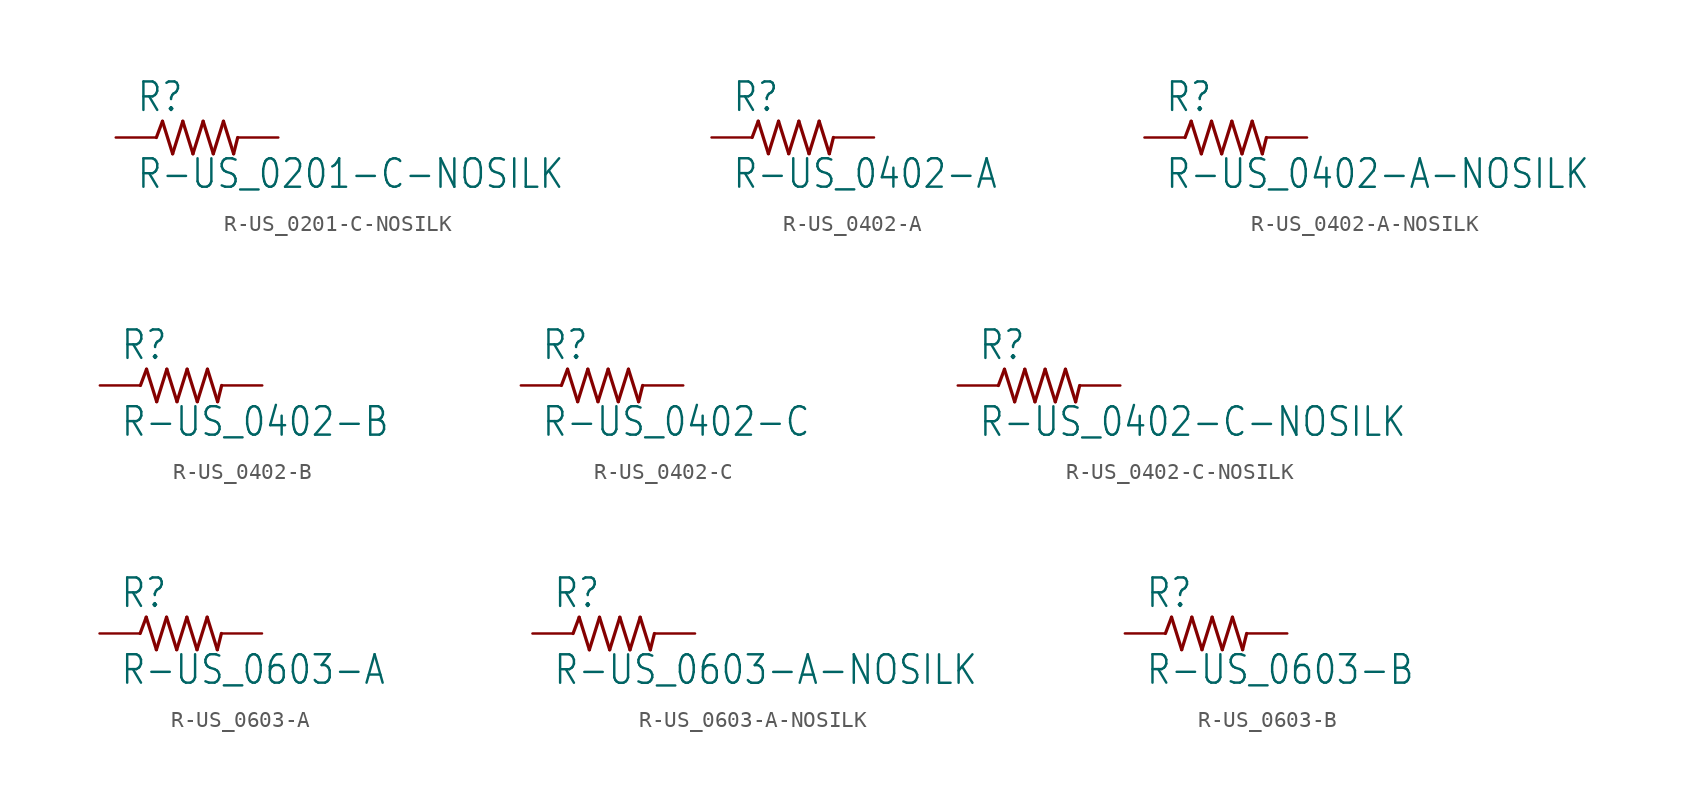
<source format=kicad_sym>
(kicad_symbol_lib
  (version 20210619)
  (generator kicad_symbol_editor)
  (symbol "R-US_0201-C-NOSILK"
    (property "Reference" "R"
      (at -3.81 1.499 0)
      (effects (font (size 1.778 1.511)) (justify left bottom)))
    (property "Value" "R-US_0201-C-NOSILK"
      (at -3.81 -3.302 0)
      (effects (font (size 1.778 1.511)) (justify left bottom)))
    (property "ki_locked" ""
      (at 0 0 0)
      (effects (font (size 1.27 1.27))))
    (symbol "R-US_0201-C-NOSILK_1_0"
      (polyline (pts (xy -2.54 0) (xy -2.159 1.016)) (stroke (width 0.203)) (fill (type none)))
      (polyline (pts (xy -2.159 1.016) (xy -1.524 -1.016)) (stroke (width 0.203)) (fill (type none)))
      (polyline (pts (xy -1.524 -1.016) (xy -0.889 1.016)) (stroke (width 0.203)) (fill (type none)))
      (polyline (pts (xy -0.889 1.016) (xy -0.254 -1.016)) (stroke (width 0.203)) (fill (type none)))
      (polyline (pts (xy -0.254 -1.016) (xy 0.381 1.016)) (stroke (width 0.203)) (fill (type none)))
      (polyline (pts (xy 0.381 1.016) (xy 1.016 -1.016)) (stroke (width 0.203)) (fill (type none)))
      (polyline (pts (xy 1.016 -1.016) (xy 1.651 1.016)) (stroke (width 0.203)) (fill (type none)))
      (polyline (pts (xy 1.651 1.016) (xy 2.286 -1.016)) (stroke (width 0.203)) (fill (type none)))
      (polyline (pts (xy 2.286 -1.016) (xy 2.54 0)) (stroke (width 0.203)) (fill (type none)))
      (pin passive line (at -5.08 0 0) (length 2.54) (name "1" (effects (font (size 0 0)))) (number "1" (effects (font (size 0 0)))))
      (pin passive line (at 5.08 0 180) (length 2.54) (name "2" (effects (font (size 0 0)))) (number "2" (effects (font (size 0 0)))))))
  (symbol "R-US_0402-A"
    (property "Reference" "R"
      (at -3.81 1.499 0)
      (effects (font (size 1.778 1.511)) (justify left bottom)))
    (property "Value" "R-US_0402-A"
      (at -3.81 -3.302 0)
      (effects (font (size 1.778 1.511)) (justify left bottom)))
    (property "ki_locked" ""
      (at 0 0 0)
      (effects (font (size 1.27 1.27))))
    (symbol "R-US_0402-A_1_0"
      (polyline (pts (xy -2.54 0) (xy -2.159 1.016)) (stroke (width 0.203)) (fill (type none)))
      (polyline (pts (xy -2.159 1.016) (xy -1.524 -1.016)) (stroke (width 0.203)) (fill (type none)))
      (polyline (pts (xy -1.524 -1.016) (xy -0.889 1.016)) (stroke (width 0.203)) (fill (type none)))
      (polyline (pts (xy -0.889 1.016) (xy -0.254 -1.016)) (stroke (width 0.203)) (fill (type none)))
      (polyline (pts (xy -0.254 -1.016) (xy 0.381 1.016)) (stroke (width 0.203)) (fill (type none)))
      (polyline (pts (xy 0.381 1.016) (xy 1.016 -1.016)) (stroke (width 0.203)) (fill (type none)))
      (polyline (pts (xy 1.016 -1.016) (xy 1.651 1.016)) (stroke (width 0.203)) (fill (type none)))
      (polyline (pts (xy 1.651 1.016) (xy 2.286 -1.016)) (stroke (width 0.203)) (fill (type none)))
      (polyline (pts (xy 2.286 -1.016) (xy 2.54 0)) (stroke (width 0.203)) (fill (type none)))
      (pin passive line (at -5.08 0 0) (length 2.54) (name "1" (effects (font (size 0 0)))) (number "1" (effects (font (size 0 0)))))
      (pin passive line (at 5.08 0 180) (length 2.54) (name "2" (effects (font (size 0 0)))) (number "2" (effects (font (size 0 0)))))))
  (symbol "R-US_0402-A-NOSILK"
    (property "Reference" "R"
      (at -3.81 1.499 0)
      (effects (font (size 1.778 1.511)) (justify left bottom)))
    (property "Value" "R-US_0402-A-NOSILK"
      (at -3.81 -3.302 0)
      (effects (font (size 1.778 1.511)) (justify left bottom)))
    (property "ki_locked" ""
      (at 0 0 0)
      (effects (font (size 1.27 1.27))))
    (symbol "R-US_0402-A-NOSILK_1_0"
      (polyline (pts (xy -2.54 0) (xy -2.159 1.016)) (stroke (width 0.203)) (fill (type none)))
      (polyline (pts (xy -2.159 1.016) (xy -1.524 -1.016)) (stroke (width 0.203)) (fill (type none)))
      (polyline (pts (xy -1.524 -1.016) (xy -0.889 1.016)) (stroke (width 0.203)) (fill (type none)))
      (polyline (pts (xy -0.889 1.016) (xy -0.254 -1.016)) (stroke (width 0.203)) (fill (type none)))
      (polyline (pts (xy -0.254 -1.016) (xy 0.381 1.016)) (stroke (width 0.203)) (fill (type none)))
      (polyline (pts (xy 0.381 1.016) (xy 1.016 -1.016)) (stroke (width 0.203)) (fill (type none)))
      (polyline (pts (xy 1.016 -1.016) (xy 1.651 1.016)) (stroke (width 0.203)) (fill (type none)))
      (polyline (pts (xy 1.651 1.016) (xy 2.286 -1.016)) (stroke (width 0.203)) (fill (type none)))
      (polyline (pts (xy 2.286 -1.016) (xy 2.54 0)) (stroke (width 0.203)) (fill (type none)))
      (pin passive line (at -5.08 0 0) (length 2.54) (name "1" (effects (font (size 0 0)))) (number "1" (effects (font (size 0 0)))))
      (pin passive line (at 5.08 0 180) (length 2.54) (name "2" (effects (font (size 0 0)))) (number "2" (effects (font (size 0 0)))))))
  (symbol "R-US_0402-B"
    (property "Reference" "R"
      (at -3.81 1.499 0)
      (effects (font (size 1.778 1.511)) (justify left bottom)))
    (property "Value" "R-US_0402-B"
      (at -3.81 -3.302 0)
      (effects (font (size 1.778 1.511)) (justify left bottom)))
    (property "ki_locked" ""
      (at 0 0 0)
      (effects (font (size 1.27 1.27))))
    (symbol "R-US_0402-B_1_0"
      (polyline (pts (xy -2.54 0) (xy -2.159 1.016)) (stroke (width 0.203)) (fill (type none)))
      (polyline (pts (xy -2.159 1.016) (xy -1.524 -1.016)) (stroke (width 0.203)) (fill (type none)))
      (polyline (pts (xy -1.524 -1.016) (xy -0.889 1.016)) (stroke (width 0.203)) (fill (type none)))
      (polyline (pts (xy -0.889 1.016) (xy -0.254 -1.016)) (stroke (width 0.203)) (fill (type none)))
      (polyline (pts (xy -0.254 -1.016) (xy 0.381 1.016)) (stroke (width 0.203)) (fill (type none)))
      (polyline (pts (xy 0.381 1.016) (xy 1.016 -1.016)) (stroke (width 0.203)) (fill (type none)))
      (polyline (pts (xy 1.016 -1.016) (xy 1.651 1.016)) (stroke (width 0.203)) (fill (type none)))
      (polyline (pts (xy 1.651 1.016) (xy 2.286 -1.016)) (stroke (width 0.203)) (fill (type none)))
      (polyline (pts (xy 2.286 -1.016) (xy 2.54 0)) (stroke (width 0.203)) (fill (type none)))
      (pin passive line (at -5.08 0 0) (length 2.54) (name "1" (effects (font (size 0 0)))) (number "1" (effects (font (size 0 0)))))
      (pin passive line (at 5.08 0 180) (length 2.54) (name "2" (effects (font (size 0 0)))) (number "2" (effects (font (size 0 0)))))))
  (symbol "R-US_0402-C"
    (property "Reference" "R"
      (at -3.81 1.499 0)
      (effects (font (size 1.778 1.511)) (justify left bottom)))
    (property "Value" "R-US_0402-C"
      (at -3.81 -3.302 0)
      (effects (font (size 1.778 1.511)) (justify left bottom)))
    (property "ki_locked" ""
      (at 0 0 0)
      (effects (font (size 1.27 1.27))))
    (symbol "R-US_0402-C_1_0"
      (polyline (pts (xy -2.54 0) (xy -2.159 1.016)) (stroke (width 0.203)) (fill (type none)))
      (polyline (pts (xy -2.159 1.016) (xy -1.524 -1.016)) (stroke (width 0.203)) (fill (type none)))
      (polyline (pts (xy -1.524 -1.016) (xy -0.889 1.016)) (stroke (width 0.203)) (fill (type none)))
      (polyline (pts (xy -0.889 1.016) (xy -0.254 -1.016)) (stroke (width 0.203)) (fill (type none)))
      (polyline (pts (xy -0.254 -1.016) (xy 0.381 1.016)) (stroke (width 0.203)) (fill (type none)))
      (polyline (pts (xy 0.381 1.016) (xy 1.016 -1.016)) (stroke (width 0.203)) (fill (type none)))
      (polyline (pts (xy 1.016 -1.016) (xy 1.651 1.016)) (stroke (width 0.203)) (fill (type none)))
      (polyline (pts (xy 1.651 1.016) (xy 2.286 -1.016)) (stroke (width 0.203)) (fill (type none)))
      (polyline (pts (xy 2.286 -1.016) (xy 2.54 0)) (stroke (width 0.203)) (fill (type none)))
      (pin passive line (at -5.08 0 0) (length 2.54) (name "1" (effects (font (size 0 0)))) (number "1" (effects (font (size 0 0)))))
      (pin passive line (at 5.08 0 180) (length 2.54) (name "2" (effects (font (size 0 0)))) (number "2" (effects (font (size 0 0)))))))
  (symbol "R-US_0402-C-NOSILK"
    (property "Reference" "R"
      (at -3.81 1.499 0)
      (effects (font (size 1.778 1.511)) (justify left bottom)))
    (property "Value" "R-US_0402-C-NOSILK"
      (at -3.81 -3.302 0)
      (effects (font (size 1.778 1.511)) (justify left bottom)))
    (property "ki_locked" ""
      (at 0 0 0)
      (effects (font (size 1.27 1.27))))
    (symbol "R-US_0402-C-NOSILK_1_0"
      (polyline (pts (xy -2.54 0) (xy -2.159 1.016)) (stroke (width 0.203)) (fill (type none)))
      (polyline (pts (xy -2.159 1.016) (xy -1.524 -1.016)) (stroke (width 0.203)) (fill (type none)))
      (polyline (pts (xy -1.524 -1.016) (xy -0.889 1.016)) (stroke (width 0.203)) (fill (type none)))
      (polyline (pts (xy -0.889 1.016) (xy -0.254 -1.016)) (stroke (width 0.203)) (fill (type none)))
      (polyline (pts (xy -0.254 -1.016) (xy 0.381 1.016)) (stroke (width 0.203)) (fill (type none)))
      (polyline (pts (xy 0.381 1.016) (xy 1.016 -1.016)) (stroke (width 0.203)) (fill (type none)))
      (polyline (pts (xy 1.016 -1.016) (xy 1.651 1.016)) (stroke (width 0.203)) (fill (type none)))
      (polyline (pts (xy 1.651 1.016) (xy 2.286 -1.016)) (stroke (width 0.203)) (fill (type none)))
      (polyline (pts (xy 2.286 -1.016) (xy 2.54 0)) (stroke (width 0.203)) (fill (type none)))
      (pin passive line (at -5.08 0 0) (length 2.54) (name "1" (effects (font (size 0 0)))) (number "1" (effects (font (size 0 0)))))
      (pin passive line (at 5.08 0 180) (length 2.54) (name "2" (effects (font (size 0 0)))) (number "2" (effects (font (size 0 0)))))))
  (symbol "R-US_0603-A"
    (property "Reference" "R"
      (at -3.81 1.499 0)
      (effects (font (size 1.778 1.511)) (justify left bottom)))
    (property "Value" "R-US_0603-A"
      (at -3.81 -3.302 0)
      (effects (font (size 1.778 1.511)) (justify left bottom)))
    (property "ki_locked" ""
      (at 0 0 0)
      (effects (font (size 1.27 1.27))))
    (symbol "R-US_0603-A_1_0"
      (polyline (pts (xy -2.54 0) (xy -2.159 1.016)) (stroke (width 0.203)) (fill (type none)))
      (polyline (pts (xy -2.159 1.016) (xy -1.524 -1.016)) (stroke (width 0.203)) (fill (type none)))
      (polyline (pts (xy -1.524 -1.016) (xy -0.889 1.016)) (stroke (width 0.203)) (fill (type none)))
      (polyline (pts (xy -0.889 1.016) (xy -0.254 -1.016)) (stroke (width 0.203)) (fill (type none)))
      (polyline (pts (xy -0.254 -1.016) (xy 0.381 1.016)) (stroke (width 0.203)) (fill (type none)))
      (polyline (pts (xy 0.381 1.016) (xy 1.016 -1.016)) (stroke (width 0.203)) (fill (type none)))
      (polyline (pts (xy 1.016 -1.016) (xy 1.651 1.016)) (stroke (width 0.203)) (fill (type none)))
      (polyline (pts (xy 1.651 1.016) (xy 2.286 -1.016)) (stroke (width 0.203)) (fill (type none)))
      (polyline (pts (xy 2.286 -1.016) (xy 2.54 0)) (stroke (width 0.203)) (fill (type none)))
      (pin passive line (at -5.08 0 0) (length 2.54) (name "1" (effects (font (size 0 0)))) (number "1" (effects (font (size 0 0)))))
      (pin passive line (at 5.08 0 180) (length 2.54) (name "2" (effects (font (size 0 0)))) (number "2" (effects (font (size 0 0)))))))
  (symbol "R-US_0603-A-NOSILK"
    (property "Reference" "R"
      (at -3.81 1.499 0)
      (effects (font (size 1.778 1.511)) (justify left bottom)))
    (property "Value" "R-US_0603-A-NOSILK"
      (at -3.81 -3.302 0)
      (effects (font (size 1.778 1.511)) (justify left bottom)))
    (property "ki_locked" ""
      (at 0 0 0)
      (effects (font (size 1.27 1.27))))
    (symbol "R-US_0603-A-NOSILK_1_0"
      (polyline (pts (xy -2.54 0) (xy -2.159 1.016)) (stroke (width 0.203)) (fill (type none)))
      (polyline (pts (xy -2.159 1.016) (xy -1.524 -1.016)) (stroke (width 0.203)) (fill (type none)))
      (polyline (pts (xy -1.524 -1.016) (xy -0.889 1.016)) (stroke (width 0.203)) (fill (type none)))
      (polyline (pts (xy -0.889 1.016) (xy -0.254 -1.016)) (stroke (width 0.203)) (fill (type none)))
      (polyline (pts (xy -0.254 -1.016) (xy 0.381 1.016)) (stroke (width 0.203)) (fill (type none)))
      (polyline (pts (xy 0.381 1.016) (xy 1.016 -1.016)) (stroke (width 0.203)) (fill (type none)))
      (polyline (pts (xy 1.016 -1.016) (xy 1.651 1.016)) (stroke (width 0.203)) (fill (type none)))
      (polyline (pts (xy 1.651 1.016) (xy 2.286 -1.016)) (stroke (width 0.203)) (fill (type none)))
      (polyline (pts (xy 2.286 -1.016) (xy 2.54 0)) (stroke (width 0.203)) (fill (type none)))
      (pin passive line (at -5.08 0 0) (length 2.54) (name "1" (effects (font (size 0 0)))) (number "1" (effects (font (size 0 0)))))
      (pin passive line (at 5.08 0 180) (length 2.54) (name "2" (effects (font (size 0 0)))) (number "2" (effects (font (size 0 0)))))))
  (symbol "R-US_0603-B"
    (property "Reference" "R"
      (at -3.81 1.499 0)
      (effects (font (size 1.778 1.511)) (justify left bottom)))
    (property "Value" "R-US_0603-B"
      (at -3.81 -3.302 0)
      (effects (font (size 1.778 1.511)) (justify left bottom)))
    (property "ki_locked" ""
      (at 0 0 0)
      (effects (font (size 1.27 1.27))))
    (symbol "R-US_0603-B_1_0"
      (polyline (pts (xy -2.54 0) (xy -2.159 1.016)) (stroke (width 0.203)) (fill (type none)))
      (polyline (pts (xy -2.159 1.016) (xy -1.524 -1.016)) (stroke (width 0.203)) (fill (type none)))
      (polyline (pts (xy -1.524 -1.016) (xy -0.889 1.016)) (stroke (width 0.203)) (fill (type none)))
      (polyline (pts (xy -0.889 1.016) (xy -0.254 -1.016)) (stroke (width 0.203)) (fill (type none)))
      (polyline (pts (xy -0.254 -1.016) (xy 0.381 1.016)) (stroke (width 0.203)) (fill (type none)))
      (polyline (pts (xy 0.381 1.016) (xy 1.016 -1.016)) (stroke (width 0.203)) (fill (type none)))
      (polyline (pts (xy 1.016 -1.016) (xy 1.651 1.016)) (stroke (width 0.203)) (fill (type none)))
      (polyline (pts (xy 1.651 1.016) (xy 2.286 -1.016)) (stroke (width 0.203)) (fill (type none)))
      (polyline (pts (xy 2.286 -1.016) (xy 2.54 0)) (stroke (width 0.203)) (fill (type none)))
      (pin passive line (at -5.08 0 0) (length 2.54) (name "1" (effects (font (size 0 0)))) (number "1" (effects (font (size 0 0)))))
      (pin passive line (at 5.08 0 180) (length 2.54) (name "2" (effects (font (size 0 0)))) (number "2" (effects (font (size 0 0))))))))
</source>
